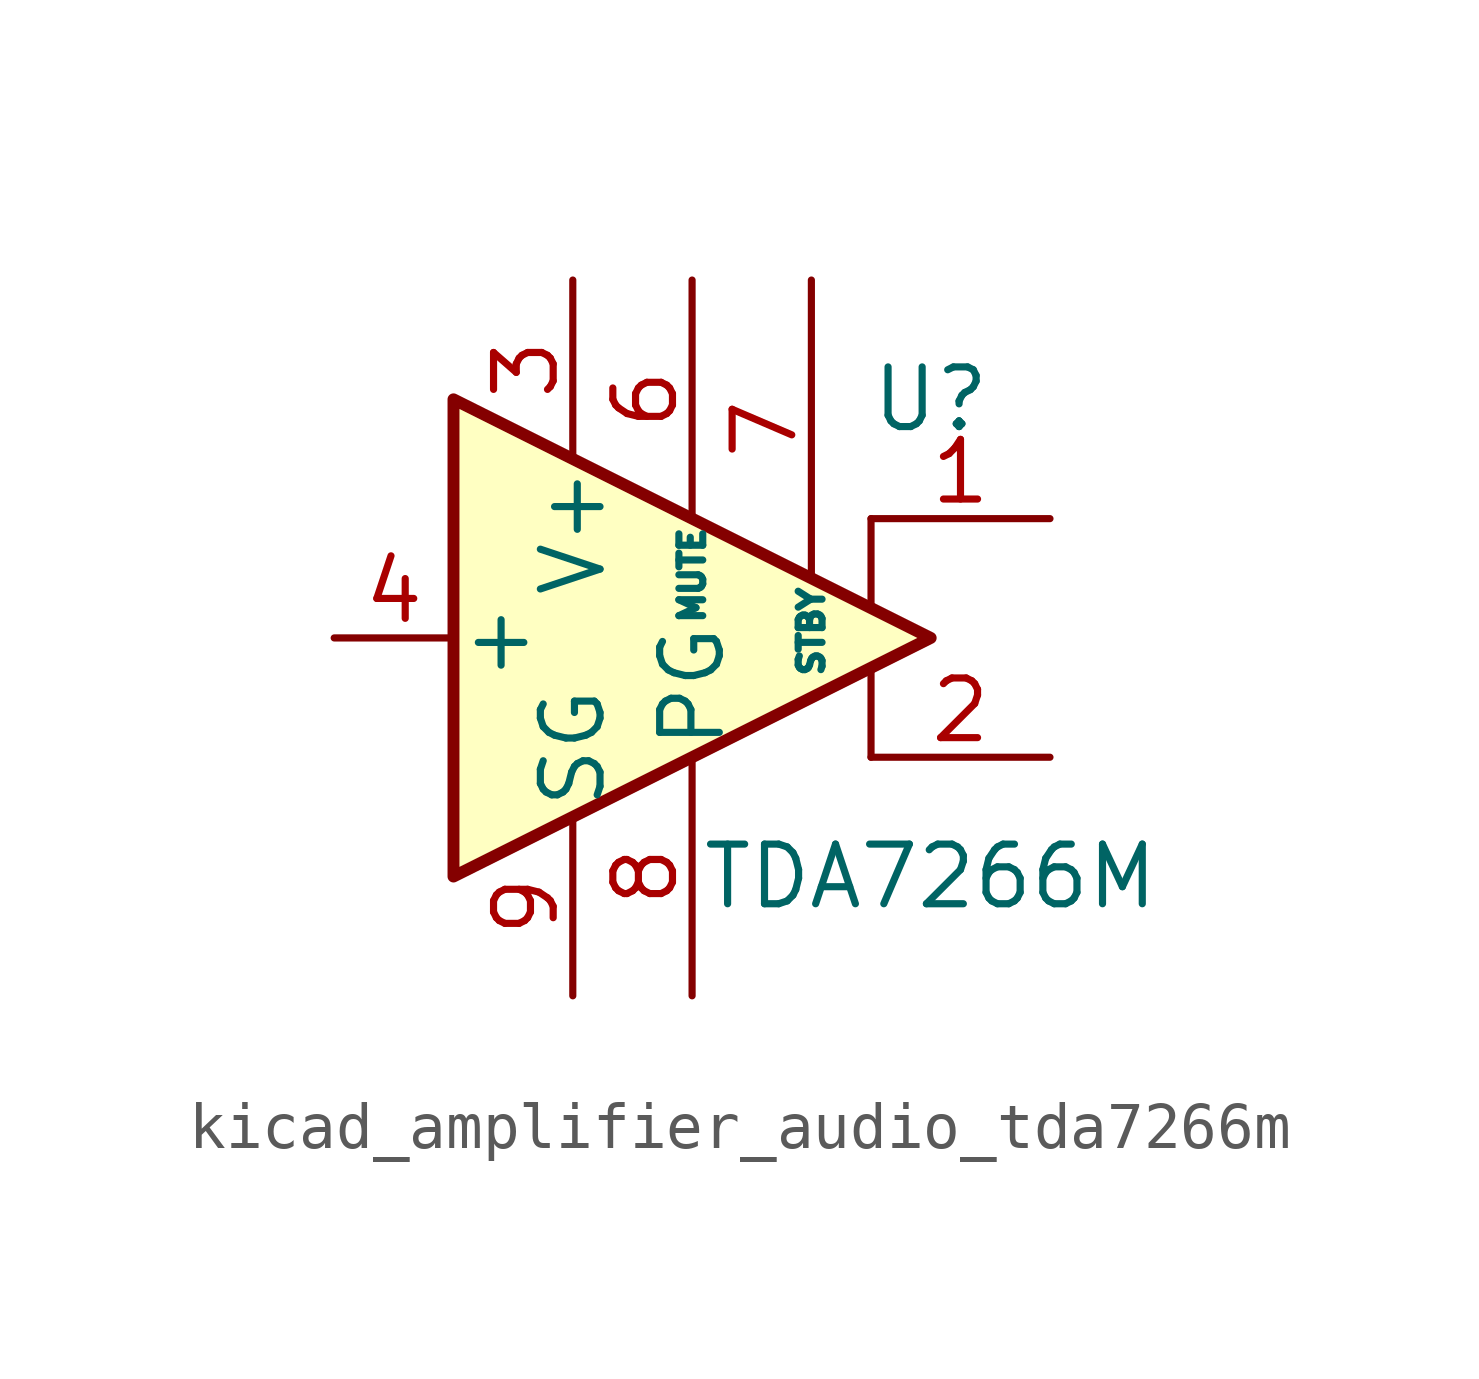
<source format=kicad_sym>
(kicad_symbol_lib
  (version 20220914)
  (generator kicad_symbol_editor)
  (symbol "kicad_amplifier_audio_tda7266m"
    (pin_names
      (offset 0.127))
    (property "Reference" "U"
      (at 5.08 5.08 0)
      (effects (font (size 1.27 1.27))))
    (property "Value" "TDA7266M"
      (at 5.08 -5.08 0)
      (effects (font (size 1.27 1.27))))
    (symbol "kicad_amplifier_audio_tda7266m_0_1"
      (polyline (pts (xy 3.81 -0.635) (xy 3.81 -2.54)) (stroke (width 0) (type default)) (fill (type none)))
      (polyline (pts (xy 3.81 2.54) (xy 3.81 0.635)) (stroke (width 0) (type default)) (fill (type none)))
      (polyline (pts (xy 5.08 0) (xy -5.08 5.08) (xy -5.08 -5.08) (xy 5.08 0)) (stroke (width 0.254) (type default)) (fill (type background))))
    (symbol "kicad_amplifier_audio_tda7266m_1_1"
      (pin output line (at 7.62 2.54 180) (length 3.81) (name "~" (effects (font (size 1.27 1.27)))) (number "1" (effects (font (size 1.27 1.27)))))
      (pin no_connect line (at 0 2.54 270) (length 2.54) hide (name "NC" (effects (font (size 1.27 1.27)))) (number "10" (effects (font (size 1.27 1.27)))))
      (pin no_connect line (at 2.54 1.27 270) (length 2.54) hide (name "NC" (effects (font (size 1.27 1.27)))) (number "11" (effects (font (size 1.27 1.27)))))
      (pin no_connect line (at -5.08 -5.08 90) (length 2.54) hide (name "NC" (effects (font (size 1.27 1.27)))) (number "12" (effects (font (size 1.27 1.27)))))
      (pin passive line (at -2.54 7.62 270) (length 3.81) hide (name "V+" (effects (font (size 1.27 1.27)))) (number "13" (effects (font (size 1.27 1.27)))))
      (pin no_connect line (at 0 -2.54 90) (length 2.54) hide (name "NC" (effects (font (size 1.27 1.27)))) (number "14" (effects (font (size 1.27 1.27)))))
      (pin no_connect line (at 2.54 -1.27 90) (length 2.54) hide (name "NC" (effects (font (size 1.27 1.27)))) (number "15" (effects (font (size 1.27 1.27)))))
      (pin output line (at 7.62 -2.54 180) (length 3.81) (name "~" (effects (font (size 1.27 1.27)))) (number "2" (effects (font (size 1.27 1.27)))))
      (pin power_in line (at -2.54 7.62 270) (length 3.81) (name "V+" (effects (font (size 1.27 1.27)))) (number "3" (effects (font (size 1.27 1.27)))))
      (pin input line (at -7.62 0 0) (length 2.54) (name "+" (effects (font (size 1.27 1.27)))) (number "4" (effects (font (size 1.27 1.27)))))
      (pin no_connect line (at -5.08 5.08 270) (length 2.54) hide (name "NC" (effects (font (size 1.27 1.27)))) (number "5" (effects (font (size 1.27 1.27)))))
      (pin input line (at 0 7.62 270) (length 5.08) (name "MUTE" (effects (font (size 0.508 0.508)))) (number "6" (effects (font (size 1.27 1.27)))))
      (pin input line (at 2.54 7.62 270) (length 6.35) (name "STBY" (effects (font (size 0.508 0.508)))) (number "7" (effects (font (size 1.27 1.27)))))
      (pin power_in line (at 0 -7.62 90) (length 5.08) (name "PG" (effects (font (size 1.27 1.27)))) (number "8" (effects (font (size 1.27 1.27)))))
      (pin power_in line (at -2.54 -7.62 90) (length 3.81) (name "SG" (effects (font (size 1.27 1.27)))) (number "9" (effects (font (size 1.27 1.27))))))))
</source>
